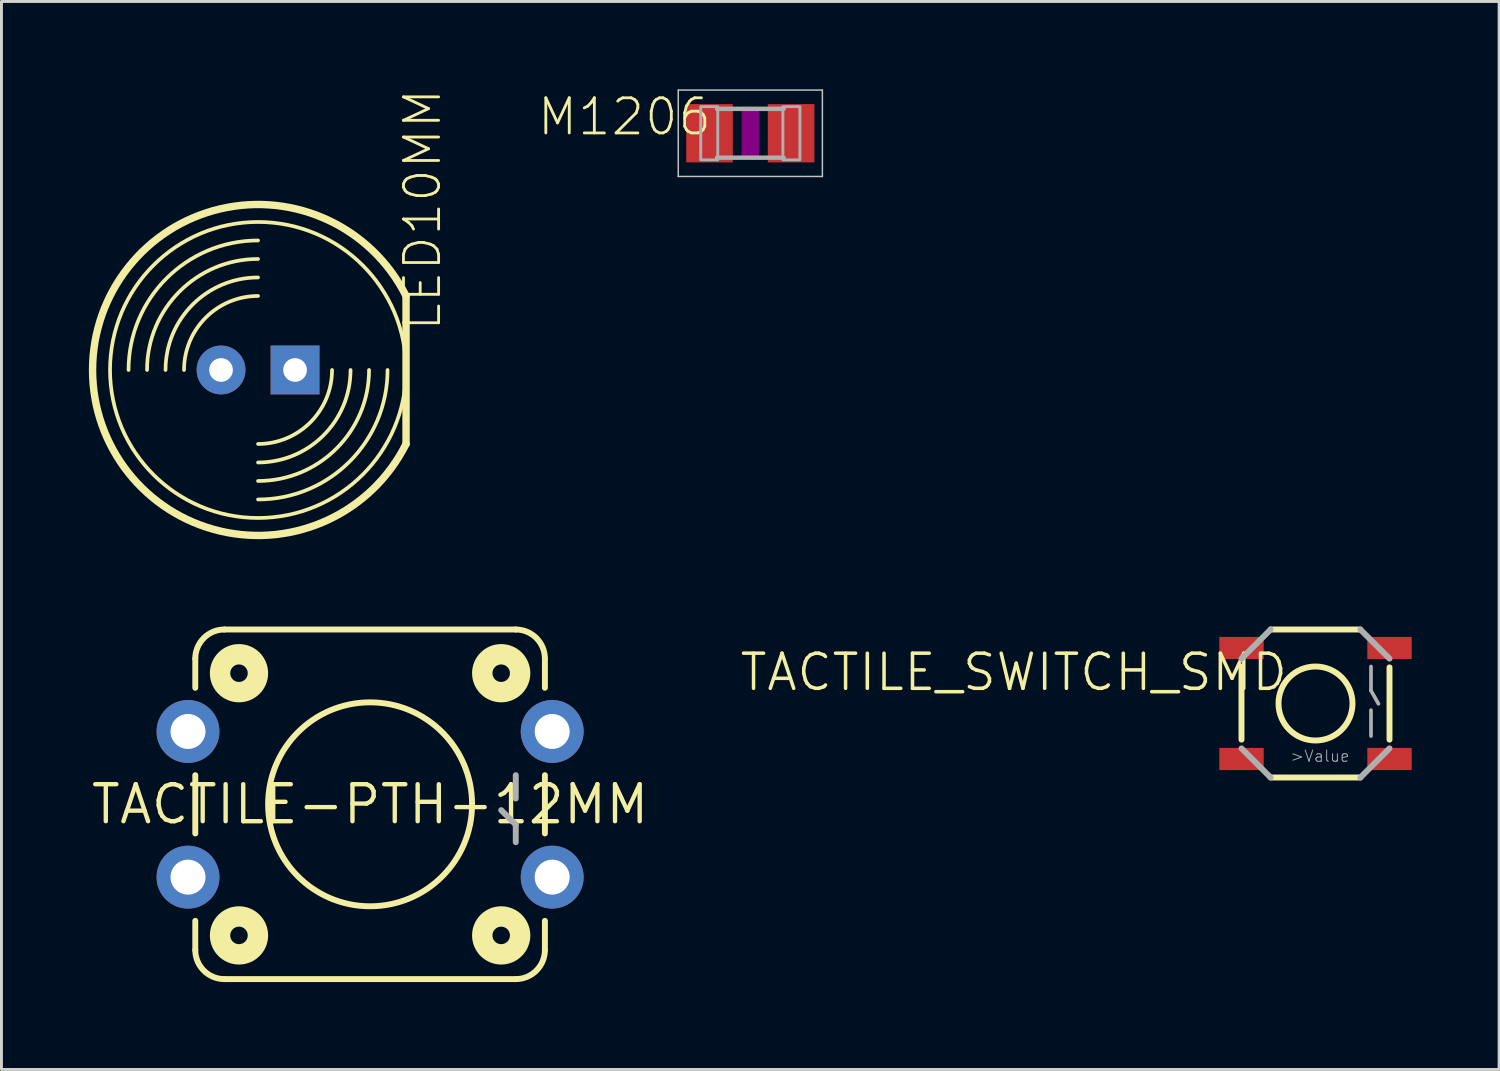
<source format=kicad_pcb>
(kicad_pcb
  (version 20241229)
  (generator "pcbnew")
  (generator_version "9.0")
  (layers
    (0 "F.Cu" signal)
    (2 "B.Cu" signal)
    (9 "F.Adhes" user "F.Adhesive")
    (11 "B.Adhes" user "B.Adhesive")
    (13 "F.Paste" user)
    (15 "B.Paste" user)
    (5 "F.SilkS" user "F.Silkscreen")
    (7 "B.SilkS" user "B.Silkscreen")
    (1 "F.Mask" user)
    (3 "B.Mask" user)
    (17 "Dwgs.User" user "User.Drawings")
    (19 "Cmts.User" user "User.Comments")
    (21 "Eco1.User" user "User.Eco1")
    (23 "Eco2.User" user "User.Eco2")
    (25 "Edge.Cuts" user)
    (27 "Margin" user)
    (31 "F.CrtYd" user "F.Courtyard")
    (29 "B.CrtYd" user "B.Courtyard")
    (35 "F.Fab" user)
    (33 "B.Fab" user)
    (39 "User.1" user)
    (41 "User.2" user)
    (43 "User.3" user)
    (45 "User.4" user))
  (footprint "TACTILE_SWITCH_SMD"
    (layer "F.Cu")
    (at 42.103 21.097)
    (property "Reference" "TACTILE_SWITCH_SMD" (at -0.889 -1.778 180) (layer "F.SilkS") (effects (font (size 1.206 1.206) (thickness 0.121)) (justify right top)))
    (attr through_hole)
    (fp_line (start -2.54 1.24) (end -2.54 -1.27) (stroke (width 0.203) (type solid)) (layer "F.SilkS"))
    (fp_line (start -1.54 -2.54) (end 1.54 -2.54) (stroke (width 0.203) (type solid)) (layer "F.SilkS"))
    (fp_line (start 1.54 2.54) (end -1.54 2.54) (stroke (width 0.203) (type solid)) (layer "F.SilkS"))
    (fp_line (start 2.54 -1.24) (end 2.54 1.24) (stroke (width 0.203) (type solid)) (layer "F.SilkS"))
    (fp_circle (center 0 0) (end 1.27 0) (stroke (width 0.203) (type solid)) (fill no) (layer "F.SilkS"))
    (fp_line (start -2.54 -1.54) (end -1.54 -2.54) (stroke (width 0.203) (type solid)) (layer "F.Fab"))
    (fp_line (start -1.54 2.54) (end -2.54 1.54) (stroke (width 0.203) (type solid)) (layer "F.Fab"))
    (fp_line (start 1.54 -2.54) (end 2.54 -1.54) (stroke (width 0.203) (type solid)) (layer "F.Fab"))
    (fp_line (start 1.905 -1.27) (end 1.905 -0.445) (stroke (width 0.127) (type solid)) (layer "F.Fab"))
    (fp_line (start 1.905 -0.445) (end 2.16 0.01) (stroke (width 0.127) (type solid)) (layer "F.Fab"))
    (fp_line (start 1.905 0.23) (end 1.905 1.115) (stroke (width 0.127) (type solid)) (layer "F.Fab"))
    (fp_line (start 2.54 1.54) (end 1.54 2.54) (stroke (width 0.203) (type solid)) (layer "F.Fab"))
    (fp_text user ">Value" (at -0.889 2.032 0) (layer "F.Fab") (effects (font (size 0.386 0.386) (thickness 0.033)) (justify left bottom)))
    (pad "1" smd rect (at -2.54 -1.905 90) (size 0.762 1.524) (layers "F.Cu" "F.Mask" "F.Paste"))
    (pad "2" smd rect (at 2.54 -1.905 90) (size 0.762 1.524) (layers "F.Cu" "F.Mask" "F.Paste"))
    (pad "3" smd rect (at -2.54 1.905 90) (size 0.762 1.524) (layers "F.Cu" "F.Mask" "F.Paste"))
    (pad "4" smd rect (at 2.54 1.905 90) (size 0.762 1.524) (layers "F.Cu" "F.Mask" "F.Paste")))
  (footprint "LED10MM"
    (layer "F.Cu")
    (at 5.807 9.649)
    (property "Reference" "LED10MM" (at 6.35 -1.27 90) (layer "F.SilkS") (effects (font (size 1.206 1.206) (thickness 0.097)) (justify left bottom)))
    (attr through_hole)
    (fp_line (start 5.08 -2.54) (end 5.08 2.54) (stroke (width 0.254) (type solid)) (layer "F.SilkS"))
    (fp_arc (start -4.445 0) (mid -3.14309 -3.14309) (end 0 -4.445) (stroke (width 0.127) (type solid)) (layer "F.SilkS"))
    (fp_arc (start -3.81 0) (mid -2.694077 -2.694077) (end 0 -3.81) (stroke (width 0.127) (type solid)) (layer "F.SilkS"))
    (fp_arc (start -3.175 0) (mid -2.245064 -2.245064) (end 0 -3.175) (stroke (width 0.127) (type solid)) (layer "F.SilkS"))
    (fp_arc (start -2.54 0) (mid -1.796051 -1.796051) (end 0 -2.54) (stroke (width 0.127) (type solid)) (layer "F.SilkS"))
    (fp_arc (start 2.54 0) (mid 1.796051 1.796051) (end 0 2.54) (stroke (width 0.127) (type solid)) (layer "F.SilkS"))
    (fp_arc (start 3.175 0) (mid 2.245064 2.245064) (end 0 3.175) (stroke (width 0.127) (type solid)) (layer "F.SilkS"))
    (fp_arc (start 3.81 0) (mid 2.694077 2.694077) (end 0 3.81) (stroke (width 0.127) (type solid)) (layer "F.SilkS"))
    (fp_arc (start 4.445 0) (mid 3.14309 3.14309) (end 0 4.445) (stroke (width 0.127) (type solid)) (layer "F.SilkS"))
    (fp_arc (start 5.08 2.54) (mid -5.679613 0) (end 5.08 -2.54) (stroke (width 0.254) (type solid)) (layer "F.SilkS"))
    (fp_circle (center 0 0) (end 5.08 0) (stroke (width 0.127) (type solid)) (fill no) (layer "F.SilkS"))
    (pad "A" thru_hole circle (at -1.27 0) (size 1.676 1.676) (drill 0.813) (layers "*.Cu" "*.Mask"))
    (pad "K" thru_hole rect (at 1.27 0) (size 1.676 1.676) (drill 0.813) (layers "*.Cu" "*.Mask")))
  (footprint "TACTILE-PTH-12MM"
    (layer "F.Cu")
    (at 9.653 24.557)
    (property "Reference" "TACTILE-PTH-12MM" (at 0 0 0) (layer "F.SilkS") (effects (font (size 1.27 1.27) (thickness 0.15))))
    (attr through_hole)
    (fp_line (start -6 -4) (end -6 -5) (stroke (width 0.203) (type solid)) (layer "F.SilkS"))
    (fp_line (start -6 1) (end -6 -1) (stroke (width 0.203) (type solid)) (layer "F.SilkS"))
    (fp_line (start -6 5) (end -6 4) (stroke (width 0.203) (type solid)) (layer "F.SilkS"))
    (fp_line (start -5 -6) (end 5 -6) (stroke (width 0.203) (type solid)) (layer "F.SilkS"))
    (fp_line (start 5 6) (end -5 6) (stroke (width 0.203) (type solid)) (layer "F.SilkS"))
    (fp_line (start 6 -5) (end 6 -4) (stroke (width 0.203) (type solid)) (layer "F.SilkS"))
    (fp_line (start 6 -1) (end 6 1) (stroke (width 0.203) (type solid)) (layer "F.SilkS"))
    (fp_line (start 6 4) (end 6 5) (stroke (width 0.203) (type solid)) (layer "F.SilkS"))
    (fp_arc (start -6 -5) (mid -5.707107 -5.707107) (end -5 -6) (stroke (width 0.2032) (type solid)) (layer "F.SilkS"))
    (fp_arc (start -5 6) (mid -5.707107 5.707107) (end -6 5) (stroke (width 0.2032) (type solid)) (layer "F.SilkS"))
    (fp_arc (start 5 -6) (mid 5.707107 -5.707107) (end 6 -5) (stroke (width 0.2032) (type solid)) (layer "F.SilkS"))
    (fp_arc (start 6 5) (mid 5.707107 5.707107) (end 5 6) (stroke (width 0.2032) (type solid)) (layer "F.SilkS"))
    (fp_circle (center -4.5 -4.5) (end -4.2 -4.5) (stroke (width 0.7) (type solid)) (fill no) (layer "F.SilkS"))
    (fp_circle (center -4.5 4.5) (end -4.2 4.5) (stroke (width 0.7) (type solid)) (fill no) (layer "F.SilkS"))
    (fp_circle (center 0 0) (end 3.5 0) (stroke (width 0.203) (type solid)) (fill no) (layer "F.SilkS"))
    (fp_circle (center 4.5 -4.5) (end 4.8 -4.5) (stroke (width 0.7) (type solid)) (fill no) (layer "F.SilkS"))
    (fp_circle (center 4.5 4.5) (end 4.8 4.5) (stroke (width 0.7) (type solid)) (fill no) (layer "F.SilkS"))
    (fp_line (start 5 -0.2) (end 5 -1) (stroke (width 0.203) (type solid)) (layer "F.Fab"))
    (fp_line (start 5 0.7) (end 4.5 0.2) (stroke (width 0.203) (type solid)) (layer "F.Fab"))
    (fp_line (start 5 1.3) (end 5 0.7) (stroke (width 0.203) (type solid)) (layer "F.Fab"))
    (pad "1" thru_hole circle (at 6.25 2.5) (size 2.159 2.159) (drill 1.2) (layers "*.Cu" "*.Mask"))
    (pad "2" thru_hole circle (at -6.25 2.5) (size 2.159 2.159) (drill 1.2) (layers "*.Cu" "*.Mask"))
    (pad "3" thru_hole circle (at 6.25 -2.5) (size 2.159 2.159) (drill 1.2) (layers "*.Cu" "*.Mask"))
    (pad "4" thru_hole circle (at -6.25 -2.5) (size 2.159 2.159) (drill 1.2) (layers "*.Cu" "*.Mask")))
  (footprint "M1206"
    (layer "F.Cu")
    (at 22.704 1.524)
    (property "Reference" "M1206" (at -1.27 -1.27 180) (layer "F.SilkS") (effects (font (size 1.206 1.206) (thickness 0.097)) (justify right top)))
    (attr through_hole)
    (fp_poly (pts (xy -0.3 0.8) (xy 0.3 0.8) (xy 0.3 -0.8) (xy -0.3 -0.8)) (stroke (width 0) (type solid)) (fill yes) (layer "F.Adhes"))
    (fp_line (start -2.473 -1.483) (end 2.473 -1.483) (stroke (width 0.051) (type solid)) (layer "Dwgs.User"))
    (fp_line (start -2.473 1.483) (end -2.473 -1.483) (stroke (width 0.051) (type solid)) (layer "Dwgs.User"))
    (fp_line (start 2.473 -1.483) (end 2.473 1.483) (stroke (width 0.051) (type solid)) (layer "Dwgs.User"))
    (fp_line (start 2.473 1.483) (end -2.473 1.483) (stroke (width 0.051) (type solid)) (layer "Dwgs.User"))
    (fp_line (start 1.143 -0.838) (end -1.143 -0.838) (stroke (width 0.152) (type solid)) (layer "F.Fab"))
    (fp_line (start 1.143 0.838) (end -1.143 0.838) (stroke (width 0.152) (type solid)) (layer "F.Fab"))
    (fp_poly (pts (xy -1.702 0.914) (xy -1.118 0.914) (xy -1.118 -0.914) (xy -1.702 -0.914)) (stroke (width 0.1) (type solid)) (fill no) (layer "F.Fab"))
    (fp_poly (pts (xy 1.118 0.914) (xy 1.702 0.914) (xy 1.702 -0.914) (xy 1.118 -0.914)) (stroke (width 0.1) (type solid)) (fill no) (layer "F.Fab"))
    (pad "1" smd rect (at -1.4 0) (size 1.6 2) (layers "F.Cu" "F.Mask" "F.Paste"))
    (pad "2" smd rect (at 1.4 0) (size 1.6 2) (layers "F.Cu" "F.Mask" "F.Paste")))
  (gr_rect
    (start -3 -3)
    (end 48.405 33.659)
    (stroke (width 0.1) (type default))
    (fill no)
    (layer "Edge.Cuts")))
</source>
